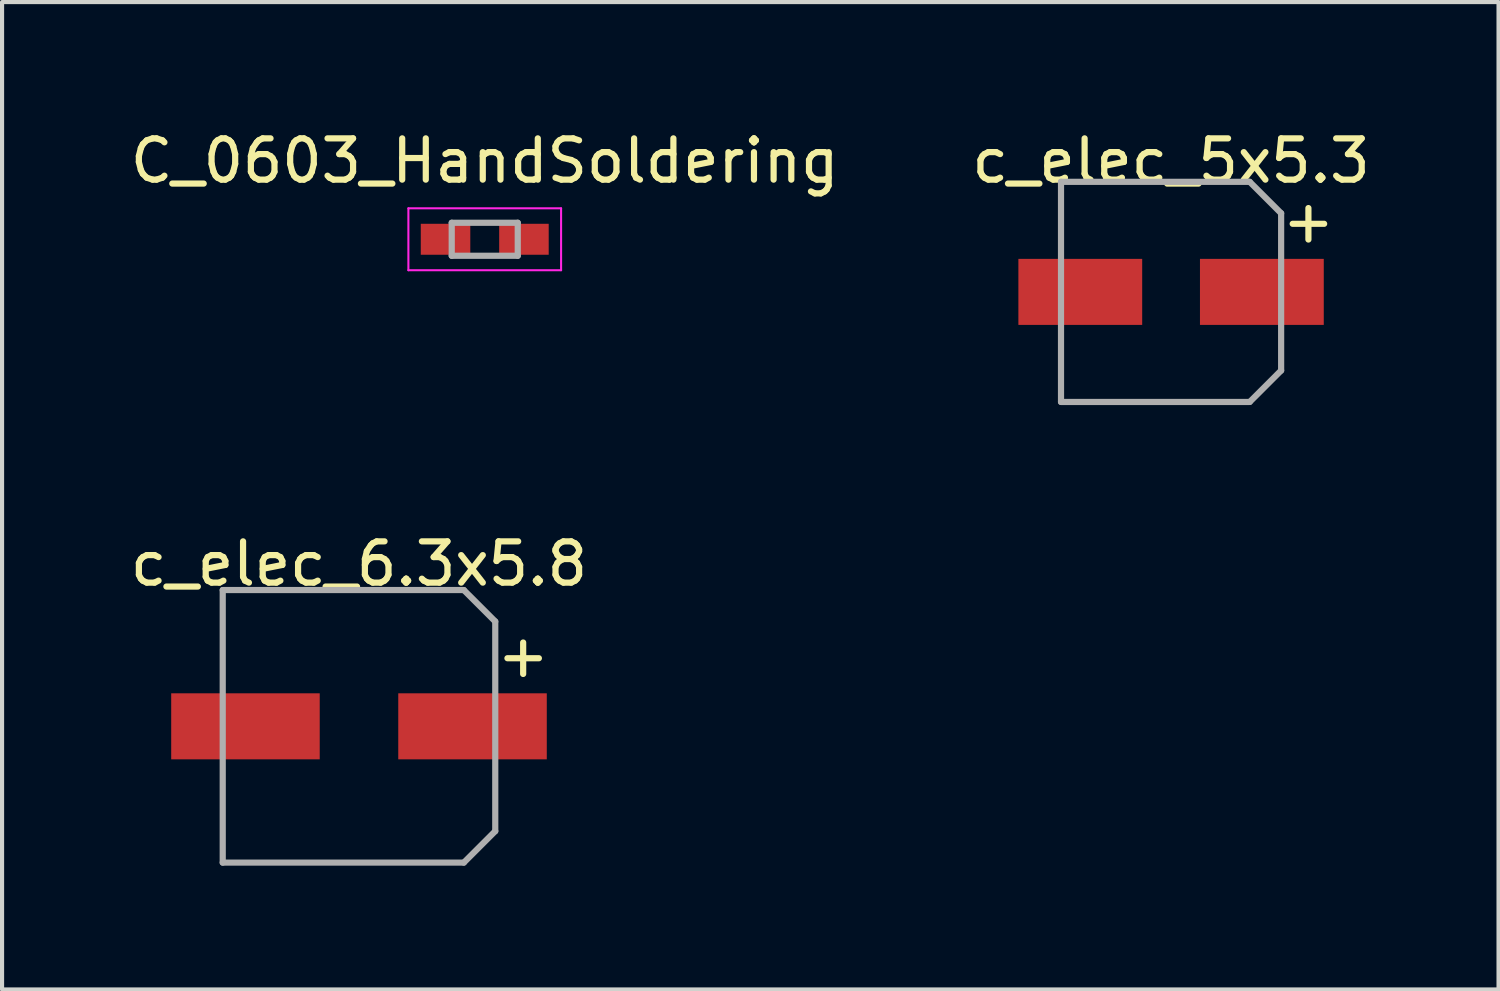
<source format=kicad_pcb>
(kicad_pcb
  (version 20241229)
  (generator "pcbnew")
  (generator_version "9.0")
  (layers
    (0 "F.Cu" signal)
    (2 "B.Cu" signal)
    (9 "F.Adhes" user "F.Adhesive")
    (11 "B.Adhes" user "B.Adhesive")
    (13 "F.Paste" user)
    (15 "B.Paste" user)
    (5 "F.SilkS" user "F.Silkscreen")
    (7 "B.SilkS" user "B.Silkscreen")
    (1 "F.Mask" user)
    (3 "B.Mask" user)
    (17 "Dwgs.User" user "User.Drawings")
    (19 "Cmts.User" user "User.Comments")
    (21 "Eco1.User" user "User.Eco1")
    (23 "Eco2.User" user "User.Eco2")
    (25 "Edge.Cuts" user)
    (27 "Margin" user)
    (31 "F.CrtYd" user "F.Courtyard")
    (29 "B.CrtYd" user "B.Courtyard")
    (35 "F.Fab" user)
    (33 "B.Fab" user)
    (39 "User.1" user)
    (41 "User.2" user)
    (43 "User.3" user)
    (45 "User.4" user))
  (footprint "c_elec_5x5.3"
    (layer "F.Cu")
    (at 25.327 4.023)
    (property "Reference" "c_elec_5x5.3" (at 0 -3.175 0) (layer "F.SilkS") (effects (font (size 1 1) (thickness 0.15))))
    (attr through_hole)
    (fp_line (start 3.328 -2.031) (end 3.328 -1.269) (stroke (width 0.15) (type solid)) (layer "F.SilkS"))
    (fp_line (start 3.709 -1.65) (end 2.947 -1.65) (stroke (width 0.15) (type solid)) (layer "F.SilkS"))
    (fp_line (start -2.667 -2.667) (end 1.905 -2.667) (stroke (width 0.15) (type solid)) (layer "F.Fab"))
    (fp_line (start -2.667 2.667) (end -2.667 -2.667) (stroke (width 0.15) (type solid)) (layer "F.Fab"))
    (fp_line (start 1.905 -2.667) (end 2.667 -1.905) (stroke (width 0.15) (type solid)) (layer "F.Fab"))
    (fp_line (start 1.905 2.667) (end -2.667 2.667) (stroke (width 0.15) (type solid)) (layer "F.Fab"))
    (fp_line (start 2.667 -1.905) (end 2.667 1.905) (stroke (width 0.15) (type solid)) (layer "F.Fab"))
    (fp_line (start 2.667 1.905) (end 1.905 2.667) (stroke (width 0.15) (type solid)) (layer "F.Fab"))
    (pad "1" smd rect (at 2.2 0) (size 3 1.6) (layers "F.Cu" "F.Mask" "F.Paste"))
    (pad "2" smd rect (at -2.2 0) (size 3 1.6) (layers "F.Cu" "F.Mask" "F.Paste")))
  (footprint "c_elec_6.3x5.8"
    (layer "F.Cu")
    (at 5.649 14.55)
    (property "Reference" "c_elec_6.3x5.8" (at 0 -3.937 0) (layer "F.SilkS") (effects (font (size 1 1) (thickness 0.15))))
    (attr through_hole)
    (fp_line (start 3.978 -2.031) (end 3.978 -1.269) (stroke (width 0.15) (type solid)) (layer "F.SilkS"))
    (fp_line (start 4.359 -1.65) (end 3.597 -1.65) (stroke (width 0.15) (type solid)) (layer "F.SilkS"))
    (fp_line (start -3.302 -3.302) (end -3.302 3.302) (stroke (width 0.15) (type solid)) (layer "F.Fab"))
    (fp_line (start -3.302 3.302) (end 2.54 3.302) (stroke (width 0.15) (type solid)) (layer "F.Fab"))
    (fp_line (start 2.54 -3.302) (end -3.302 -3.302) (stroke (width 0.15) (type solid)) (layer "F.Fab"))
    (fp_line (start 2.54 3.302) (end 3.302 2.54) (stroke (width 0.15) (type solid)) (layer "F.Fab"))
    (fp_line (start 3.302 -2.54) (end 2.54 -3.302) (stroke (width 0.15) (type solid)) (layer "F.Fab"))
    (fp_line (start 3.302 2.54) (end 3.302 -2.54) (stroke (width 0.15) (type solid)) (layer "F.Fab"))
    (pad "1" smd rect (at 2.751 0) (size 3.599 1.6) (layers "F.Cu" "F.Mask" "F.Paste"))
    (pad "2" smd rect (at -2.751 0) (size 3.599 1.6) (layers "F.Cu" "F.Mask" "F.Paste")))
  (footprint "C_0603_HandSoldering"
    (layer "F.Cu")
    (at 8.696 2.748)
    (property "Reference" "C_0603_HandSoldering" (at 0 -1.9 0) (layer "F.SilkS") (effects (font (size 1 1) (thickness 0.15))))
    (attr smd)
    (fp_line (start -1.85 -0.75) (end -1.85 0.75) (stroke (width 0.05) (type solid)) (layer "F.CrtYd"))
    (fp_line (start -1.85 -0.75) (end 1.85 -0.75) (stroke (width 0.05) (type solid)) (layer "F.CrtYd"))
    (fp_line (start -1.85 0.75) (end 1.85 0.75) (stroke (width 0.05) (type solid)) (layer "F.CrtYd"))
    (fp_line (start 1.85 -0.75) (end 1.85 0.75) (stroke (width 0.05) (type solid)) (layer "F.CrtYd"))
    (fp_line (start -0.8 -0.4) (end 0.8 -0.4) (stroke (width 0.15) (type solid)) (layer "F.Fab"))
    (fp_line (start -0.8 0.4) (end -0.8 -0.4) (stroke (width 0.15) (type solid)) (layer "F.Fab"))
    (fp_line (start 0.8 -0.4) (end 0.8 0.4) (stroke (width 0.15) (type solid)) (layer "F.Fab"))
    (fp_line (start 0.8 0.4) (end -0.8 0.4) (stroke (width 0.15) (type solid)) (layer "F.Fab"))
    (pad "1" smd rect (at -0.95 0) (size 1.2 0.75) (layers "F.Cu" "F.Mask" "F.Paste"))
    (pad "2" smd rect (at 0.95 0) (size 1.2 0.75) (layers "F.Cu" "F.Mask" "F.Paste")))
  (gr_rect
    (start -3 -3)
    (end 33.262 20.927)
    (stroke (width 0.1) (type default))
    (fill no)
    (layer "Edge.Cuts")))
</source>
